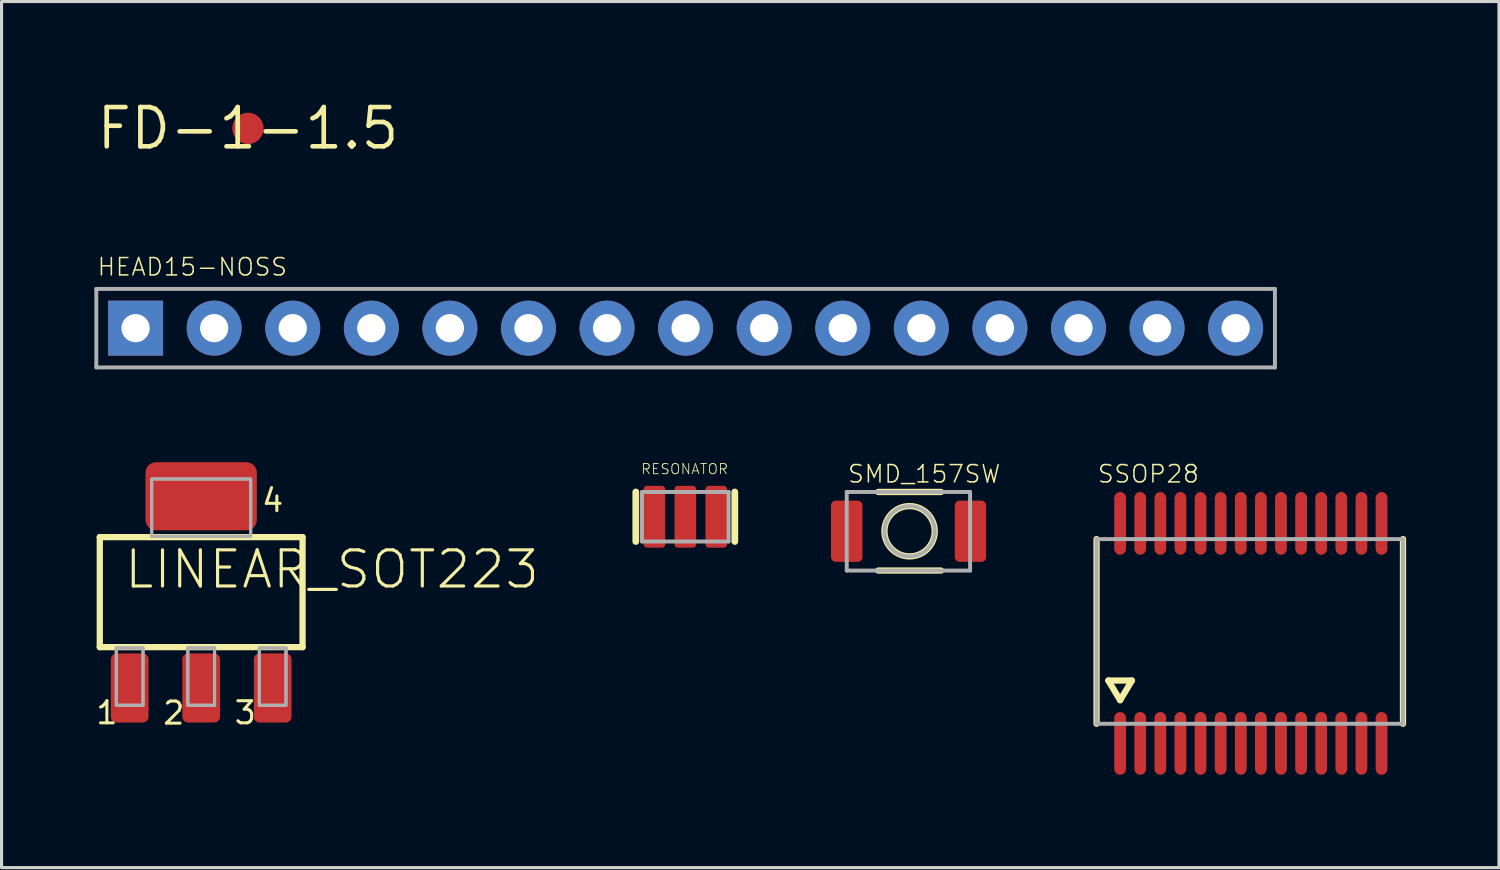
<source format=kicad_pcb>
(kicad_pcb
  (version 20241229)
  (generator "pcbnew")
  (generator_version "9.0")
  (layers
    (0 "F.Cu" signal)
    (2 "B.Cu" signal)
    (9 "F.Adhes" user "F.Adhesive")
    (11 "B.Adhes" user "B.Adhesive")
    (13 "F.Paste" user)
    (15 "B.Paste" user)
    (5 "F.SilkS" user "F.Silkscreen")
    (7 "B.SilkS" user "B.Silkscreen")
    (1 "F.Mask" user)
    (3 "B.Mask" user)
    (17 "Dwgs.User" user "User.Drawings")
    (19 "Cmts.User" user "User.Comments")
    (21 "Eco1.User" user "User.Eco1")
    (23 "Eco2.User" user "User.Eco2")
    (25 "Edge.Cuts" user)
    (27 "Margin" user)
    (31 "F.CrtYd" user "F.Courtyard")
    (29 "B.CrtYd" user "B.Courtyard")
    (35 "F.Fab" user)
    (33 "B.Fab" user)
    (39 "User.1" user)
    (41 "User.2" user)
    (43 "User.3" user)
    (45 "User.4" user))
  (footprint "SMD_157SW"
    (layer "F.Cu")
    (at 24.321 14.123)
    (property "Reference" "SMD_157SW" (at 0 -1.524 0) (layer "F.SilkS") (effects (font (size 0.561 0.561) (thickness 0.049)) (justify left bottom)))
    (fp_line (start 1.016 -1.27) (end 3.048 -1.27) (stroke (width 0.203) (type solid)) (layer "F.SilkS"))
    (fp_line (start 1.016 1.27) (end 3.048 1.27) (stroke (width 0.203) (type solid)) (layer "F.SilkS"))
    (fp_circle (center 2.032 0) (end 2.845 0) (stroke (width 0.203) (type solid)) (fill no) (layer "F.SilkS"))
    (fp_line (start 0 -1.27) (end 3.988 -1.27) (stroke (width 0.127) (type solid)) (layer "F.Fab"))
    (fp_line (start 0 1.27) (end 0 -1.27) (stroke (width 0.127) (type solid)) (layer "F.Fab"))
    (fp_line (start 3.988 -1.27) (end 3.988 1.27) (stroke (width 0.127) (type solid)) (layer "F.Fab"))
    (fp_line (start 3.988 1.27) (end 0 1.27) (stroke (width 0.127) (type solid)) (layer "F.Fab"))
    (fp_circle (center 2.032 0) (end 2.845 0) (stroke (width 0.127) (type solid)) (fill no) (layer "F.Fab"))
    (pad "1" smd roundrect (at 0 0) (size 1.016 1.981) (layers "F.Cu" "F.Mask" "F.Paste") (roundrect_rratio 0.15))
    (pad "2" smd roundrect (at 4 0) (size 1.016 1.981) (layers "F.Cu" "F.Mask" "F.Paste") (roundrect_rratio 0.15)))
  (footprint "SSOP28"
    (layer "F.Cu")
    (at 33.159 20.981)
    (property "Reference" "SSOP28" (at -0.762 -8.382 0) (layer "F.SilkS") (effects (font (size 0.561 0.561) (thickness 0.049)) (justify left bottom)))
    (fp_line (start -0.762 -0.635) (end -0.762 -6.604) (stroke (width 0.203) (type solid)) (layer "F.SilkS"))
    (fp_line (start -0.381 -2.032) (end 0.381 -2.032) (stroke (width 0.203) (type solid)) (layer "F.SilkS"))
    (fp_line (start 0 -1.397) (end -0.381 -2.032) (stroke (width 0.203) (type solid)) (layer "F.SilkS"))
    (fp_line (start 0.381 -2.032) (end 0 -1.397) (stroke (width 0.203) (type solid)) (layer "F.SilkS"))
    (fp_line (start 9.144 -0.635) (end 9.144 -6.604) (stroke (width 0.203) (type solid)) (layer "F.SilkS"))
    (fp_line (start -0.762 -6.604) (end 9.144 -6.604) (stroke (width 0.127) (type solid)) (layer "F.Fab"))
    (fp_line (start -0.762 -0.635) (end -0.762 -6.604) (stroke (width 0.127) (type solid)) (layer "F.Fab"))
    (fp_line (start 9.144 -6.604) (end 9.144 -0.635) (stroke (width 0.127) (type solid)) (layer "F.Fab"))
    (fp_line (start 9.144 -0.635) (end -0.762 -0.635) (stroke (width 0.127) (type solid)) (layer "F.Fab"))
    (pad "1" smd roundrect (at 0 0) (size 0.381 2.032) (layers "F.Cu" "F.Mask" "F.Paste") (roundrect_rratio 0.5))
    (pad "2" smd roundrect (at 0.65 0) (size 0.381 2.032) (layers "F.Cu" "F.Mask" "F.Paste") (roundrect_rratio 0.5))
    (pad "3" smd roundrect (at 1.3 0) (size 0.381 2.032) (layers "F.Cu" "F.Mask" "F.Paste") (roundrect_rratio 0.5))
    (pad "4" smd roundrect (at 1.95 0) (size 0.381 2.032) (layers "F.Cu" "F.Mask" "F.Paste") (roundrect_rratio 0.5))
    (pad "5" smd roundrect (at 2.6 0) (size 0.381 2.032) (layers "F.Cu" "F.Mask" "F.Paste") (roundrect_rratio 0.5))
    (pad "6" smd roundrect (at 3.25 0) (size 0.381 2.032) (layers "F.Cu" "F.Mask" "F.Paste") (roundrect_rratio 0.5))
    (pad "7" smd roundrect (at 3.9 0) (size 0.381 2.032) (layers "F.Cu" "F.Mask" "F.Paste") (roundrect_rratio 0.5))
    (pad "8" smd roundrect (at 4.55 0) (size 0.381 2.032) (layers "F.Cu" "F.Mask" "F.Paste") (roundrect_rratio 0.5))
    (pad "9" smd roundrect (at 5.2 0) (size 0.381 2.032) (layers "F.Cu" "F.Mask" "F.Paste") (roundrect_rratio 0.5))
    (pad "10" smd roundrect (at 5.85 0) (size 0.381 2.032) (layers "F.Cu" "F.Mask" "F.Paste") (roundrect_rratio 0.5))
    (pad "11" smd roundrect (at 6.5 0) (size 0.381 2.032) (layers "F.Cu" "F.Mask" "F.Paste") (roundrect_rratio 0.5))
    (pad "12" smd roundrect (at 7.15 0) (size 0.381 2.032) (layers "F.Cu" "F.Mask" "F.Paste") (roundrect_rratio 0.5))
    (pad "13" smd roundrect (at 7.8 0) (size 0.381 2.032) (layers "F.Cu" "F.Mask" "F.Paste") (roundrect_rratio 0.5))
    (pad "14" smd roundrect (at 8.45 0) (size 0.381 2.032) (layers "F.Cu" "F.Mask" "F.Paste") (roundrect_rratio 0.5))
    (pad "15" smd roundrect (at 8.45 -7.112) (size 0.381 2.032) (layers "F.Cu" "F.Mask" "F.Paste") (roundrect_rratio 0.5))
    (pad "16" smd roundrect (at 7.8 -7.112) (size 0.381 2.032) (layers "F.Cu" "F.Mask" "F.Paste") (roundrect_rratio 0.5))
    (pad "17" smd roundrect (at 7.15 -7.112) (size 0.381 2.032) (layers "F.Cu" "F.Mask" "F.Paste") (roundrect_rratio 0.5))
    (pad "18" smd roundrect (at 6.5 -7.112) (size 0.381 2.032) (layers "F.Cu" "F.Mask" "F.Paste") (roundrect_rratio 0.5))
    (pad "19" smd roundrect (at 5.85 -7.112) (size 0.381 2.032) (layers "F.Cu" "F.Mask" "F.Paste") (roundrect_rratio 0.5))
    (pad "20" smd roundrect (at 5.2 -7.112) (size 0.381 2.032) (layers "F.Cu" "F.Mask" "F.Paste") (roundrect_rratio 0.5))
    (pad "21" smd roundrect (at 4.55 -7.112) (size 0.381 2.032) (layers "F.Cu" "F.Mask" "F.Paste") (roundrect_rratio 0.5))
    (pad "22" smd roundrect (at 3.9 -7.112) (size 0.381 2.032) (layers "F.Cu" "F.Mask" "F.Paste") (roundrect_rratio 0.5))
    (pad "23" smd roundrect (at 3.25 -7.112) (size 0.381 2.032) (layers "F.Cu" "F.Mask" "F.Paste") (roundrect_rratio 0.5))
    (pad "24" smd roundrect (at 2.6 -7.112) (size 0.381 2.032) (layers "F.Cu" "F.Mask" "F.Paste") (roundrect_rratio 0.5))
    (pad "25" smd roundrect (at 1.95 -7.112) (size 0.381 2.032) (layers "F.Cu" "F.Mask" "F.Paste") (roundrect_rratio 0.5))
    (pad "26" smd roundrect (at 1.3 -7.112) (size 0.381 2.032) (layers "F.Cu" "F.Mask" "F.Paste") (roundrect_rratio 0.5))
    (pad "27" smd roundrect (at 0.65 -7.112) (size 0.381 2.032) (layers "F.Cu" "F.Mask" "F.Paste") (roundrect_rratio 0.5))
    (pad "28" smd roundrect (at 0 -7.112) (size 0.381 2.032) (layers "F.Cu" "F.Mask" "F.Paste") (roundrect_rratio 0.5)))
  (footprint "RESONATOR"
    (layer "F.Cu")
    (at 19.103 13.654)
    (property "Reference" "RESONATOR" (at -1.45 -1.35 0) (layer "F.SilkS") (effects (font (size 0.327 0.327) (thickness 0.028)) (justify left bottom)))
    (fp_line (start -1.6 -0.8) (end -1.6 0.8) (stroke (width 0.22) (type solid)) (layer "F.SilkS"))
    (fp_line (start 1.6 -0.8) (end 1.6 0.8) (stroke (width 0.22) (type solid)) (layer "F.SilkS"))
    (fp_line (start -1.4 -0.8) (end 1.4 -0.8) (stroke (width 0.127) (type solid)) (layer "F.Fab"))
    (fp_line (start -1.4 0.8) (end -1.4 -0.8) (stroke (width 0.127) (type solid)) (layer "F.Fab"))
    (fp_line (start 1.4 -0.8) (end 1.4 0.8) (stroke (width 0.127) (type solid)) (layer "F.Fab"))
    (fp_line (start 1.4 0.8) (end -1.4 0.8) (stroke (width 0.127) (type solid)) (layer "F.Fab"))
    (pad "1" smd roundrect (at -1 0 90) (size 2 0.7) (layers "F.Cu" "F.Mask" "F.Paste") (roundrect_rratio 0.15))
    (pad "2" smd roundrect (at 0 0 90) (size 2 0.7) (layers "F.Cu" "F.Mask" "F.Paste") (roundrect_rratio 0.15))
    (pad "3" smd roundrect (at 1 0 90) (size 2 0.7) (layers "F.Cu" "F.Mask" "F.Paste") (roundrect_rratio 0.15)))
  (footprint "HEAD15-NOSS"
    (layer "F.Cu")
    (at 1.333 7.558)
    (property "Reference" "HEAD15-NOSS" (at -1.27 -1.651 0) (layer "F.SilkS") (effects (font (size 0.561 0.561) (thickness 0.049)) (justify left bottom)))
    (fp_line (start -1.27 -1.27) (end 36.83 -1.27) (stroke (width 0.127) (type solid)) (layer "F.Fab"))
    (fp_line (start -1.27 1.27) (end -1.27 -1.27) (stroke (width 0.127) (type solid)) (layer "F.Fab"))
    (fp_line (start 36.83 -1.27) (end 36.83 1.27) (stroke (width 0.127) (type solid)) (layer "F.Fab"))
    (fp_line (start 36.83 1.27) (end -1.27 1.27) (stroke (width 0.127) (type solid)) (layer "F.Fab"))
    (pad "1" thru_hole rect (at 0 0) (size 1.778 1.778) (drill 0.914) (layers "*.Cu" "*.Mask"))
    (pad "2" thru_hole circle (at 2.54 0) (size 1.778 1.778) (drill 0.914) (layers "*.Cu" "*.Mask"))
    (pad "3" thru_hole circle (at 5.08 0) (size 1.778 1.778) (drill 0.914) (layers "*.Cu" "*.Mask"))
    (pad "4" thru_hole circle (at 7.62 0) (size 1.778 1.778) (drill 0.914) (layers "*.Cu" "*.Mask"))
    (pad "5" thru_hole circle (at 10.16 0) (size 1.778 1.778) (drill 0.914) (layers "*.Cu" "*.Mask"))
    (pad "6" thru_hole circle (at 12.7 0) (size 1.778 1.778) (drill 0.914) (layers "*.Cu" "*.Mask"))
    (pad "7" thru_hole circle (at 15.24 0) (size 1.778 1.778) (drill 0.914) (layers "*.Cu" "*.Mask"))
    (pad "8" thru_hole circle (at 17.78 0) (size 1.778 1.778) (drill 0.914) (layers "*.Cu" "*.Mask"))
    (pad "9" thru_hole circle (at 20.32 0) (size 1.778 1.778) (drill 0.914) (layers "*.Cu" "*.Mask"))
    (pad "10" thru_hole circle (at 22.86 0) (size 1.778 1.778) (drill 0.914) (layers "*.Cu" "*.Mask"))
    (pad "11" thru_hole circle (at 25.4 0) (size 1.778 1.778) (drill 0.914) (layers "*.Cu" "*.Mask"))
    (pad "12" thru_hole circle (at 27.94 0) (size 1.778 1.778) (drill 0.914) (layers "*.Cu" "*.Mask"))
    (pad "13" thru_hole circle (at 30.48 0) (size 1.778 1.778) (drill 0.914) (layers "*.Cu" "*.Mask"))
    (pad "14" thru_hole circle (at 33.02 0) (size 1.778 1.778) (drill 0.914) (layers "*.Cu" "*.Mask"))
    (pad "15" thru_hole circle (at 35.56 0) (size 1.778 1.778) (drill 0.914) (layers "*.Cu" "*.Mask")))
  (footprint "FD-1-1.5"
    (layer "F.Cu")
    (at 4.966 1.1)
    (property "Reference" "FD-1-1.5" (at 0 0 0) (layer "F.SilkS") (effects (font (size 1.27 1.27) (thickness 0.15))))
    (fp_circle (center 0 0) (end 0.5 0) (stroke (width 1.2) (type solid)) (fill no) (layer "F.Mask"))
    (pad "P$1" smd roundrect (at 0 0) (size 1.016 1.016) (layers "F.Cu" "F.Mask") (roundrect_rratio 0.5))
    (zone (net_name "") (layer "F.Cu") (hatch edge 0.508) (connect_pads) (min_thickness 0.254) (filled_areas_thickness no) (keepout (tracks not_allowed) (vias not_allowed) (pads not_allowed) (copperpour not_allowed) (footprints allowed)) (placement (enabled no)) (fill) (polygon (pts (xy 6.03 1.1) (xy 6.014 0.915) (xy 5.966 0.736) (xy 5.887 0.568) (xy 5.781 0.416) (xy 5.65 0.285) (xy 5.498 0.179) (xy 5.33 0.101) (xy 5.151 0.053) (xy 4.966 0.036) (xy 4.782 0.053) (xy 4.603 0.101) (xy 4.435 0.179) (xy 4.283 0.285) (xy 4.152 0.416) (xy 4.045 0.568) (xy 3.967 0.736) (xy 3.919 0.915) (xy 3.903 1.1) (xy 3.919 1.285) (xy 3.967 1.464) (xy 4.045 1.632) (xy 4.152 1.784) (xy 4.283 1.915) (xy 4.435 2.021) (xy 4.603 2.099) (xy 4.782 2.147) (xy 4.966 2.163) (xy 5.151 2.147) (xy 5.33 2.099) (xy 5.498 2.021) (xy 5.65 1.915) (xy 5.781 1.784) (xy 5.887 1.632) (xy 5.966 1.464) (xy 6.014 1.285))) (polygon (pts (xy 5.903 1.1) (xy 5.889 0.937) (xy 5.846 0.78) (xy 5.777 0.632) (xy 5.684 0.498) (xy 5.568 0.383) (xy 5.435 0.289) (xy 5.287 0.22) (xy 5.129 0.178) (xy 4.966 0.164) (xy 4.804 0.178) (xy 4.646 0.22) (xy 4.498 0.289) (xy 4.364 0.383) (xy 4.249 0.498) (xy 4.155 0.632) (xy 4.086 0.78) (xy 4.044 0.937) (xy 4.03 1.1) (xy 4.044 1.263) (xy 4.086 1.42) (xy 4.155 1.568) (xy 4.249 1.702) (xy 4.364 1.817) (xy 4.498 1.911) (xy 4.646 1.98) (xy 4.804 2.022) (xy 4.966 2.037) (xy 5.129 2.022) (xy 5.287 1.98) (xy 5.435 1.911) (xy 5.568 1.817) (xy 5.684 1.702) (xy 5.777 1.568) (xy 5.846 1.42) (xy 5.889 1.263)))))
  (footprint "LINEAR_SOT223"
    (layer "F.Cu")
    (at 3.453 16.091)
    (property "Reference" "LINEAR_SOT223" (at -2.54 -0.051 0) (layer "F.SilkS") (effects (font (size 1.168 1.168) (thickness 0.102)) (justify left bottom)))
    (fp_line (start -3.277 -1.778) (end 3.277 -1.778) (stroke (width 0.203) (type solid)) (layer "F.SilkS"))
    (fp_line (start -3.277 1.778) (end -3.277 -1.778) (stroke (width 0.203) (type solid)) (layer "F.SilkS"))
    (fp_line (start 3.277 -1.778) (end 3.277 1.778) (stroke (width 0.203) (type solid)) (layer "F.SilkS"))
    (fp_line (start 3.277 1.778) (end -3.277 1.778) (stroke (width 0.203) (type solid)) (layer "F.SilkS"))
    (fp_poly (pts (xy -2.743 3.658) (xy -1.88 3.658) (xy -1.88 1.803) (xy -2.743 1.803)) (stroke (width 0.1) (type solid)) (fill no) (layer "F.Fab"))
    (fp_poly (pts (xy -2.743 3.658) (xy -1.88 3.658) (xy -1.88 1.803) (xy -2.743 1.803)) (stroke (width 0.1) (type solid)) (fill no) (layer "F.Fab"))
    (fp_poly (pts (xy -1.6 -1.803) (xy 1.6 -1.803) (xy 1.6 -3.658) (xy -1.6 -3.658)) (stroke (width 0.1) (type solid)) (fill no) (layer "F.Fab"))
    (fp_poly (pts (xy -1.6 -1.803) (xy 1.6 -1.803) (xy 1.6 -3.658) (xy -1.6 -3.658)) (stroke (width 0.1) (type solid)) (fill no) (layer "F.Fab"))
    (fp_poly (pts (xy -0.432 3.658) (xy 0.432 3.658) (xy 0.432 1.803) (xy -0.432 1.803)) (stroke (width 0.1) (type solid)) (fill no) (layer "F.Fab"))
    (fp_poly (pts (xy -0.432 3.658) (xy 0.432 3.658) (xy 0.432 1.803) (xy -0.432 1.803)) (stroke (width 0.1) (type solid)) (fill no) (layer "F.Fab"))
    (fp_poly (pts (xy 1.88 3.658) (xy 2.743 3.658) (xy 2.743 1.803) (xy 1.88 1.803)) (stroke (width 0.1) (type solid)) (fill no) (layer "F.Fab"))
    (fp_poly (pts (xy 1.88 3.658) (xy 2.743 3.658) (xy 2.743 1.803) (xy 1.88 1.803)) (stroke (width 0.1) (type solid)) (fill no) (layer "F.Fab"))
    (fp_text user "4" (at 1.905 -2.54 0) (layer "F.SilkS") (effects (font (size 0.715 0.715) (thickness 0.098)) (justify left bottom)))
    (fp_text user "2" (at -1.291 4.327 0) (layer "F.SilkS") (effects (font (size 0.715 0.715) (thickness 0.098)) (justify left bottom)))
    (fp_text user "3" (at 1.021 4.318 0) (layer "F.SilkS") (effects (font (size 0.715 0.715) (thickness 0.098)) (justify left bottom)))
    (fp_text user "1" (at -3.453 4.318 0) (layer "F.SilkS") (effects (font (size 0.715 0.715) (thickness 0.098)) (justify left bottom)))
    (pad "1" smd roundrect (at -2.311 3.099) (size 1.219 2.235) (layers "F.Cu" "F.Mask" "F.Paste") (roundrect_rratio 0.15))
    (pad "2" smd roundrect (at 0 3.099) (size 1.219 2.235) (layers "F.Cu" "F.Mask" "F.Paste") (roundrect_rratio 0.15))
    (pad "3" smd roundrect (at 2.311 3.099) (size 1.219 2.235) (layers "F.Cu" "F.Mask" "F.Paste") (roundrect_rratio 0.15))
    (pad "4" smd roundrect (at 0 -3.099) (size 3.6 2.2) (layers "F.Cu" "F.Mask" "F.Paste") (roundrect_rratio 0.15)))
  (gr_rect
    (start -3 -3)
    (end 45.405 24.997)
    (stroke (width 0.1) (type default))
    (fill no)
    (layer "Edge.Cuts")))
</source>
